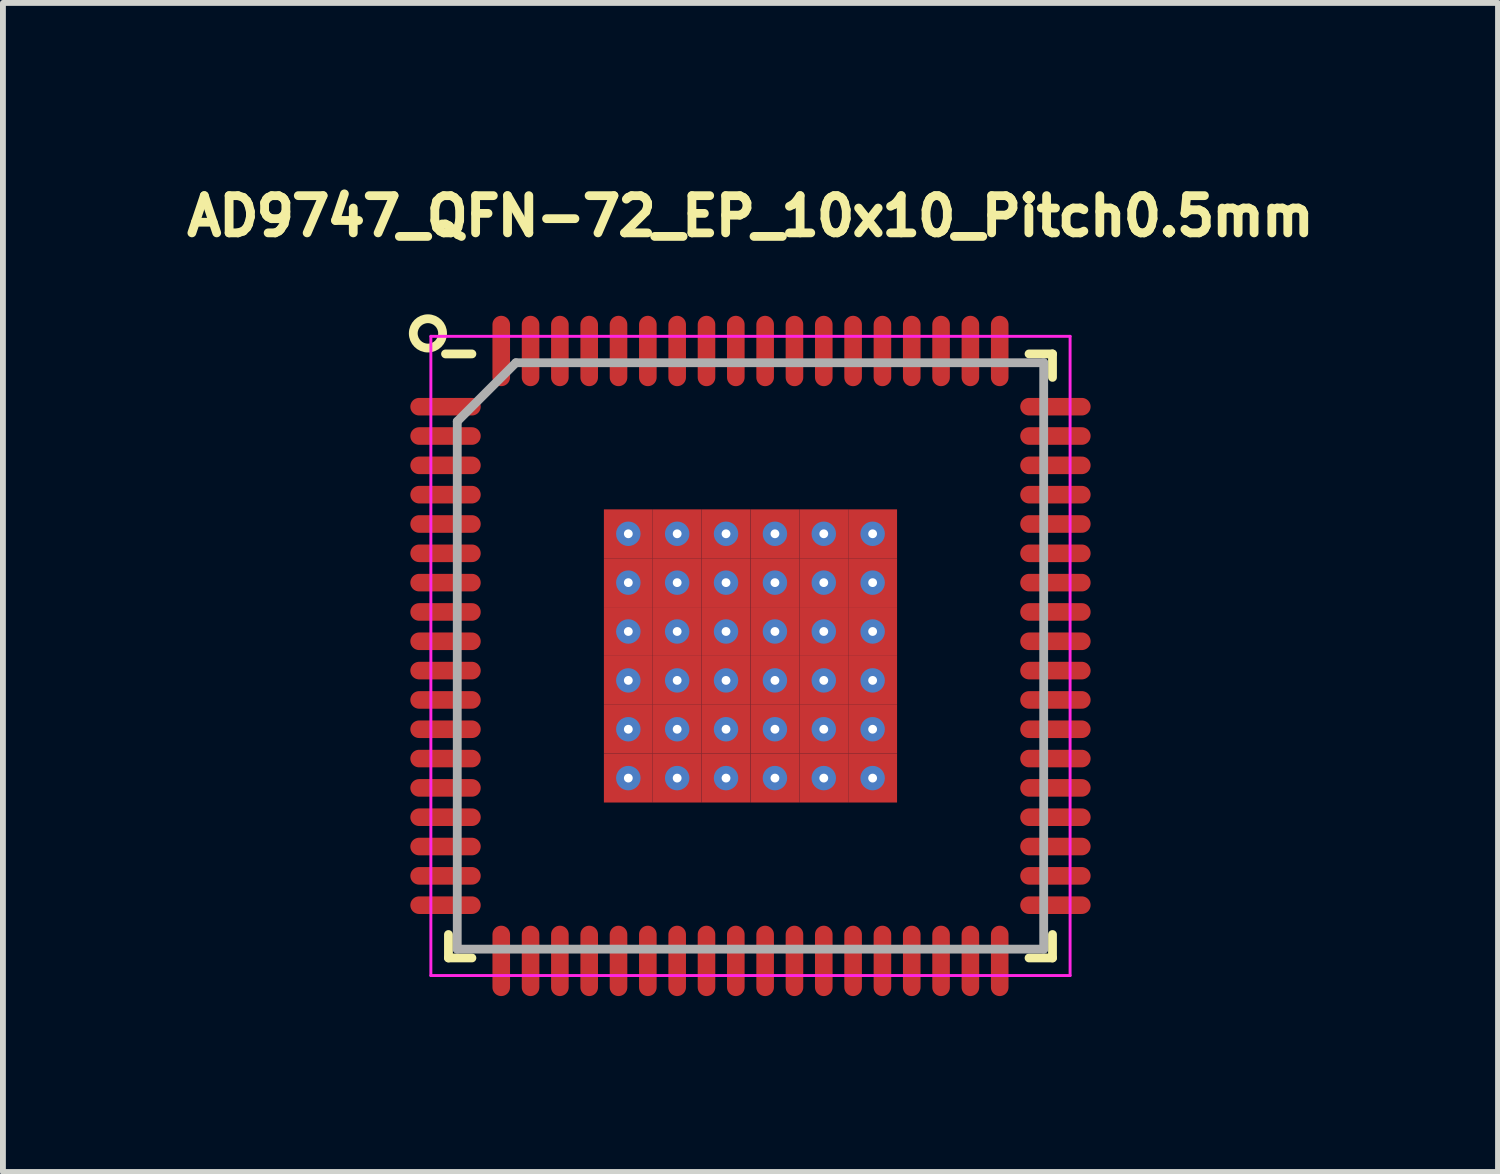
<source format=kicad_pcb>
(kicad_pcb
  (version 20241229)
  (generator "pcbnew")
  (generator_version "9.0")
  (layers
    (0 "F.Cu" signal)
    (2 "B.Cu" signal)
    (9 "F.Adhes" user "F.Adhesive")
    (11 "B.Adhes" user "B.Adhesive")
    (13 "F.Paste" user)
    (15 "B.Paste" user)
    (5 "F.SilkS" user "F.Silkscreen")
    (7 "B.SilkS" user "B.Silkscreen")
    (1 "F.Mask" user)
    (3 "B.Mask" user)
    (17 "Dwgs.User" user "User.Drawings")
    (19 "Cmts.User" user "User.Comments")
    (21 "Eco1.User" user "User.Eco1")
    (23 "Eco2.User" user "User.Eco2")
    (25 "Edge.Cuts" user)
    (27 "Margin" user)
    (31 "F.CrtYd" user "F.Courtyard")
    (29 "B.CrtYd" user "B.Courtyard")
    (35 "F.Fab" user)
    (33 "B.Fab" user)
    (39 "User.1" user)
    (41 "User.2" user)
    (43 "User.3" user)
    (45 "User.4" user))
  (footprint "AD9747_QFN-72_EP_10x10_Pitch0.5mm"
    (layer "F.Cu")
    (at 9.747 8.135)
    (property "Reference" "AD9747_QFN-72_EP_10x10_Pitch0.5mm" (at 0 -7.5 0) (layer "F.SilkS") (effects (font (size 0.635 0.635) (thickness 0.15))))
    (attr smd)
    (fp_line (start -5.15 5.15) (end -5.15 4.75) (stroke (width 0.15) (type solid)) (layer "F.SilkS"))
    (fp_line (start -4.75 -5.15) (end -5.2 -5.15) (stroke (width 0.15) (type solid)) (layer "F.SilkS"))
    (fp_line (start -4.75 5.15) (end -5.15 5.15) (stroke (width 0.15) (type solid)) (layer "F.SilkS"))
    (fp_line (start 4.75 -5.15) (end 5.15 -5.15) (stroke (width 0.15) (type solid)) (layer "F.SilkS"))
    (fp_line (start 4.75 5.15) (end 5.15 5.15) (stroke (width 0.15) (type solid)) (layer "F.SilkS"))
    (fp_line (start 5.15 -5.15) (end 5.15 -4.75) (stroke (width 0.15) (type solid)) (layer "F.SilkS"))
    (fp_line (start 5.15 5.15) (end 5.15 4.75) (stroke (width 0.15) (type solid)) (layer "F.SilkS"))
    (fp_circle (center -5.5 -5.5) (end -5.75 -5.5) (stroke (width 0.15) (type solid)) (fill no) (layer "F.SilkS"))
    (fp_line (start -5.45 -5.45) (end 5.45 -5.45) (stroke (width 0.05) (type solid)) (layer "F.CrtYd"))
    (fp_line (start -5.45 5.45) (end -5.45 -5.45) (stroke (width 0.05) (type solid)) (layer "F.CrtYd"))
    (fp_line (start 5.45 -5.45) (end 5.45 5.45) (stroke (width 0.05) (type solid)) (layer "F.CrtYd"))
    (fp_line (start 5.45 5.45) (end -5.45 5.45) (stroke (width 0.05) (type solid)) (layer "F.CrtYd"))
    (fp_line (start -5 -4) (end -5 5) (stroke (width 0.15) (type solid)) (layer "F.Fab"))
    (fp_line (start -5 5) (end 5 5) (stroke (width 0.15) (type solid)) (layer "F.Fab"))
    (fp_line (start -4 -5) (end -5 -4) (stroke (width 0.15) (type solid)) (layer "F.Fab"))
    (fp_line (start 5 -5) (end -4 -5) (stroke (width 0.15) (type solid)) (layer "F.Fab"))
    (fp_line (start 5 5) (end 5 -5) (stroke (width 0.15) (type solid)) (layer "F.Fab"))
    (pad "1" smd oval (at -5.2 -4.25 90) (size 0.3 1.2) (layers "F.Cu" "F.Mask" "F.Paste"))
    (pad "2" smd oval (at -5.2 -3.75 90) (size 0.3 1.2) (layers "F.Cu" "F.Mask" "F.Paste"))
    (pad "3" smd oval (at -5.2 -3.25 90) (size 0.3 1.2) (layers "F.Cu" "F.Mask" "F.Paste"))
    (pad "4" smd oval (at -5.2 -2.75 90) (size 0.3 1.2) (layers "F.Cu" "F.Mask" "F.Paste"))
    (pad "5" smd oval (at -5.2 -2.25 90) (size 0.3 1.2) (layers "F.Cu" "F.Mask" "F.Paste"))
    (pad "6" smd oval (at -5.2 -1.75 90) (size 0.3 1.2) (layers "F.Cu" "F.Mask" "F.Paste"))
    (pad "7" smd oval (at -5.2 -1.25 90) (size 0.3 1.2) (layers "F.Cu" "F.Mask" "F.Paste"))
    (pad "8" smd oval (at -5.2 -0.75 90) (size 0.3 1.2) (layers "F.Cu" "F.Mask" "F.Paste"))
    (pad "9" smd oval (at -5.2 -0.25 90) (size 0.3 1.2) (layers "F.Cu" "F.Mask" "F.Paste"))
    (pad "10" smd oval (at -5.2 0.25 90) (size 0.3 1.2) (layers "F.Cu" "F.Mask" "F.Paste"))
    (pad "11" smd oval (at -5.2 0.75 90) (size 0.3 1.2) (layers "F.Cu" "F.Mask" "F.Paste"))
    (pad "12" smd oval (at -5.2 1.25 90) (size 0.3 1.2) (layers "F.Cu" "F.Mask" "F.Paste"))
    (pad "13" smd oval (at -5.2 1.75 90) (size 0.3 1.2) (layers "F.Cu" "F.Mask" "F.Paste"))
    (pad "14" smd oval (at -5.2 2.25 90) (size 0.3 1.2) (layers "F.Cu" "F.Mask" "F.Paste"))
    (pad "15" smd oval (at -5.2 2.75 90) (size 0.3 1.2) (layers "F.Cu" "F.Mask" "F.Paste"))
    (pad "16" smd oval (at -5.2 3.25 90) (size 0.3 1.2) (layers "F.Cu" "F.Mask" "F.Paste"))
    (pad "17" smd oval (at -5.2 3.75 90) (size 0.3 1.2) (layers "F.Cu" "F.Mask" "F.Paste"))
    (pad "18" smd oval (at -5.2 4.25 90) (size 0.3 1.2) (layers "F.Cu" "F.Mask" "F.Paste"))
    (pad "19" smd oval (at -4.25 5.2) (size 0.3 1.2) (layers "F.Cu" "F.Mask" "F.Paste"))
    (pad "20" smd oval (at -3.75 5.2) (size 0.3 1.2) (layers "F.Cu" "F.Mask" "F.Paste"))
    (pad "21" smd oval (at -3.25 5.2) (size 0.3 1.2) (layers "F.Cu" "F.Mask" "F.Paste"))
    (pad "22" smd oval (at -2.75 5.2) (size 0.3 1.2) (layers "F.Cu" "F.Mask" "F.Paste"))
    (pad "23" smd oval (at -2.25 5.2) (size 0.3 1.2) (layers "F.Cu" "F.Mask" "F.Paste"))
    (pad "24" smd oval (at -1.75 5.2) (size 0.3 1.2) (layers "F.Cu" "F.Mask" "F.Paste"))
    (pad "25" smd oval (at -1.25 5.2) (size 0.3 1.2) (layers "F.Cu" "F.Mask" "F.Paste"))
    (pad "26" smd oval (at -0.75 5.2) (size 0.3 1.2) (layers "F.Cu" "F.Mask" "F.Paste"))
    (pad "27" smd oval (at -0.25 5.2) (size 0.3 1.2) (layers "F.Cu" "F.Mask" "F.Paste"))
    (pad "28" smd oval (at 0.25 5.2) (size 0.3 1.2) (layers "F.Cu" "F.Mask" "F.Paste"))
    (pad "29" smd oval (at 0.75 5.2) (size 0.3 1.2) (layers "F.Cu" "F.Mask" "F.Paste"))
    (pad "30" smd oval (at 1.25 5.2) (size 0.3 1.2) (layers "F.Cu" "F.Mask" "F.Paste"))
    (pad "31" smd oval (at 1.75 5.2) (size 0.3 1.2) (layers "F.Cu" "F.Mask" "F.Paste"))
    (pad "32" smd oval (at 2.25 5.2) (size 0.3 1.2) (layers "F.Cu" "F.Mask" "F.Paste"))
    (pad "33" smd oval (at 2.75 5.2) (size 0.3 1.2) (layers "F.Cu" "F.Mask" "F.Paste"))
    (pad "34" smd oval (at 3.25 5.2) (size 0.3 1.2) (layers "F.Cu" "F.Mask" "F.Paste"))
    (pad "35" smd oval (at 3.75 5.2) (size 0.3 1.2) (layers "F.Cu" "F.Mask" "F.Paste"))
    (pad "36" smd oval (at 4.25 5.2) (size 0.3 1.2) (layers "F.Cu" "F.Mask" "F.Paste"))
    (pad "37" smd oval (at 5.2 4.25 90) (size 0.3 1.2) (layers "F.Cu" "F.Mask" "F.Paste"))
    (pad "38" smd oval (at 5.2 3.75 90) (size 0.3 1.2) (layers "F.Cu" "F.Mask" "F.Paste"))
    (pad "39" smd oval (at 5.2 3.25 90) (size 0.3 1.2) (layers "F.Cu" "F.Mask" "F.Paste"))
    (pad "40" smd oval (at 5.2 2.75 90) (size 0.3 1.2) (layers "F.Cu" "F.Mask" "F.Paste"))
    (pad "41" smd oval (at 5.2 2.25 90) (size 0.3 1.2) (layers "F.Cu" "F.Mask" "F.Paste"))
    (pad "42" smd oval (at 5.2 1.75 90) (size 0.3 1.2) (layers "F.Cu" "F.Mask" "F.Paste"))
    (pad "43" smd oval (at 5.2 1.25 90) (size 0.3 1.2) (layers "F.Cu" "F.Mask" "F.Paste"))
    (pad "44" smd oval (at 5.2 0.75 90) (size 0.3 1.2) (layers "F.Cu" "F.Mask" "F.Paste"))
    (pad "45" smd oval (at 5.2 0.25 90) (size 0.3 1.2) (layers "F.Cu" "F.Mask" "F.Paste"))
    (pad "46" smd oval (at 5.2 -0.25 90) (size 0.3 1.2) (layers "F.Cu" "F.Mask" "F.Paste"))
    (pad "47" smd oval (at 5.2 -0.75 90) (size 0.3 1.2) (layers "F.Cu" "F.Mask" "F.Paste"))
    (pad "48" smd oval (at 5.2 -1.25 90) (size 0.3 1.2) (layers "F.Cu" "F.Mask" "F.Paste"))
    (pad "49" smd oval (at 5.2 -1.75 90) (size 0.3 1.2) (layers "F.Cu" "F.Mask" "F.Paste"))
    (pad "50" smd oval (at 5.2 -2.25 90) (size 0.3 1.2) (layers "F.Cu" "F.Mask" "F.Paste"))
    (pad "51" smd oval (at 5.2 -2.75 90) (size 0.3 1.2) (layers "F.Cu" "F.Mask" "F.Paste"))
    (pad "52" smd oval (at 5.2 -3.25 90) (size 0.3 1.2) (layers "F.Cu" "F.Mask" "F.Paste"))
    (pad "53" smd oval (at 5.2 -3.75 90) (size 0.3 1.2) (layers "F.Cu" "F.Mask" "F.Paste"))
    (pad "54" smd oval (at 5.2 -4.25 90) (size 0.3 1.2) (layers "F.Cu" "F.Mask" "F.Paste"))
    (pad "55" smd oval (at 4.25 -5.2) (size 0.3 1.2) (layers "F.Cu" "F.Mask" "F.Paste"))
    (pad "56" smd oval (at 3.75 -5.2) (size 0.3 1.2) (layers "F.Cu" "F.Mask" "F.Paste"))
    (pad "57" smd oval (at 3.25 -5.2) (size 0.3 1.2) (layers "F.Cu" "F.Mask" "F.Paste"))
    (pad "58" smd oval (at 2.75 -5.2) (size 0.3 1.2) (layers "F.Cu" "F.Mask" "F.Paste"))
    (pad "59" smd oval (at 2.25 -5.2) (size 0.3 1.2) (layers "F.Cu" "F.Mask" "F.Paste"))
    (pad "60" smd oval (at 1.75 -5.2) (size 0.3 1.2) (layers "F.Cu" "F.Mask" "F.Paste"))
    (pad "61" smd oval (at 1.25 -5.2) (size 0.3 1.2) (layers "F.Cu" "F.Mask" "F.Paste"))
    (pad "62" smd oval (at 0.75 -5.2) (size 0.3 1.2) (layers "F.Cu" "F.Mask" "F.Paste"))
    (pad "63" smd oval (at 0.25 -5.2) (size 0.3 1.2) (layers "F.Cu" "F.Mask" "F.Paste"))
    (pad "64" smd oval (at -0.25 -5.2) (size 0.3 1.2) (layers "F.Cu" "F.Mask" "F.Paste"))
    (pad "65" smd oval (at -0.75 -5.2) (size 0.3 1.2) (layers "F.Cu" "F.Mask" "F.Paste"))
    (pad "66" smd oval (at -1.25 -5.2) (size 0.3 1.2) (layers "F.Cu" "F.Mask" "F.Paste"))
    (pad "67" smd oval (at -1.75 -5.2) (size 0.3 1.2) (layers "F.Cu" "F.Mask" "F.Paste"))
    (pad "68" smd oval (at -2.25 -5.2) (size 0.3 1.2) (layers "F.Cu" "F.Mask" "F.Paste"))
    (pad "69" smd oval (at -2.75 -5.2) (size 0.3 1.2) (layers "F.Cu" "F.Mask" "F.Paste"))
    (pad "70" smd oval (at -3.25 -5.2) (size 0.3 1.2) (layers "F.Cu" "F.Mask" "F.Paste"))
    (pad "71" smd oval (at -3.75 -5.2) (size 0.3 1.2) (layers "F.Cu" "F.Mask" "F.Paste"))
    (pad "72" smd oval (at -4.25 -5.2) (size 0.3 1.2) (layers "F.Cu" "F.Mask" "F.Paste"))
    (pad "73" thru_hole circle (at -2.083 -2.083) (size 0.417 0.417) (drill 0.15) (layers "*.Cu" "*.Mask"))
    (pad "73" smd rect (at -2.083 -2.083) (size 0.833 0.833) (layers "F.Cu" "F.Mask" "F.Paste"))
    (pad "73" thru_hole circle (at -2.083 -1.25) (size 0.417 0.417) (drill 0.15) (layers "*.Cu" "*.Mask"))
    (pad "73" smd rect (at -2.083 -1.25) (size 0.833 0.833) (layers "F.Cu" "F.Mask" "F.Paste"))
    (pad "73" thru_hole circle (at -2.083 -0.417) (size 0.417 0.417) (drill 0.15) (layers "*.Cu" "*.Mask"))
    (pad "73" smd rect (at -2.083 -0.417) (size 0.833 0.833) (layers "F.Cu" "F.Mask" "F.Paste"))
    (pad "73" thru_hole circle (at -2.083 0.417) (size 0.417 0.417) (drill 0.15) (layers "*.Cu" "*.Mask"))
    (pad "73" smd rect (at -2.083 0.417) (size 0.833 0.833) (layers "F.Cu" "F.Mask" "F.Paste"))
    (pad "73" thru_hole circle (at -2.083 1.25) (size 0.417 0.417) (drill 0.15) (layers "*.Cu" "*.Mask"))
    (pad "73" smd rect (at -2.083 1.25) (size 0.833 0.833) (layers "F.Cu" "F.Mask" "F.Paste"))
    (pad "73" thru_hole circle (at -2.083 2.083) (size 0.417 0.417) (drill 0.15) (layers "*.Cu" "*.Mask"))
    (pad "73" smd rect (at -2.083 2.083) (size 0.833 0.833) (layers "F.Cu" "F.Mask" "F.Paste"))
    (pad "73" thru_hole circle (at -1.25 -2.083) (size 0.417 0.417) (drill 0.15) (layers "*.Cu" "*.Mask"))
    (pad "73" smd rect (at -1.25 -2.083) (size 0.833 0.833) (layers "F.Cu" "F.Mask" "F.Paste"))
    (pad "73" thru_hole circle (at -1.25 -1.25) (size 0.417 0.417) (drill 0.15) (layers "*.Cu" "*.Mask"))
    (pad "73" smd rect (at -1.25 -1.25) (size 0.833 0.833) (layers "F.Cu" "F.Mask" "F.Paste"))
    (pad "73" thru_hole circle (at -1.25 -0.417) (size 0.417 0.417) (drill 0.15) (layers "*.Cu" "*.Mask"))
    (pad "73" smd rect (at -1.25 -0.417) (size 0.833 0.833) (layers "F.Cu" "F.Mask" "F.Paste"))
    (pad "73" thru_hole circle (at -1.25 0.417) (size 0.417 0.417) (drill 0.15) (layers "*.Cu" "*.Mask"))
    (pad "73" smd rect (at -1.25 0.417) (size 0.833 0.833) (layers "F.Cu" "F.Mask" "F.Paste"))
    (pad "73" thru_hole circle (at -1.25 1.25) (size 0.417 0.417) (drill 0.15) (layers "*.Cu" "*.Mask"))
    (pad "73" smd rect (at -1.25 1.25) (size 0.833 0.833) (layers "F.Cu" "F.Mask" "F.Paste"))
    (pad "73" thru_hole circle (at -1.25 2.083) (size 0.417 0.417) (drill 0.15) (layers "*.Cu" "*.Mask"))
    (pad "73" smd rect (at -1.25 2.083) (size 0.833 0.833) (layers "F.Cu" "F.Mask" "F.Paste"))
    (pad "73" thru_hole circle (at -0.417 -2.083) (size 0.417 0.417) (drill 0.15) (layers "*.Cu" "*.Mask"))
    (pad "73" smd rect (at -0.417 -2.083) (size 0.833 0.833) (layers "F.Cu" "F.Mask" "F.Paste"))
    (pad "73" thru_hole circle (at -0.417 -1.25) (size 0.417 0.417) (drill 0.15) (layers "*.Cu" "*.Mask"))
    (pad "73" smd rect (at -0.417 -1.25) (size 0.833 0.833) (layers "F.Cu" "F.Mask" "F.Paste"))
    (pad "73" thru_hole circle (at -0.417 -0.417) (size 0.417 0.417) (drill 0.15) (layers "*.Cu" "*.Mask"))
    (pad "73" smd rect (at -0.417 -0.417) (size 0.833 0.833) (layers "F.Cu" "F.Mask" "F.Paste"))
    (pad "73" thru_hole circle (at -0.417 0.417) (size 0.417 0.417) (drill 0.15) (layers "*.Cu" "*.Mask"))
    (pad "73" smd rect (at -0.417 0.417) (size 0.833 0.833) (layers "F.Cu" "F.Mask" "F.Paste"))
    (pad "73" thru_hole circle (at -0.417 1.25) (size 0.417 0.417) (drill 0.15) (layers "*.Cu" "*.Mask"))
    (pad "73" smd rect (at -0.417 1.25) (size 0.833 0.833) (layers "F.Cu" "F.Mask" "F.Paste"))
    (pad "73" thru_hole circle (at -0.417 2.083) (size 0.417 0.417) (drill 0.15) (layers "*.Cu" "*.Mask"))
    (pad "73" smd rect (at -0.417 2.083) (size 0.833 0.833) (layers "F.Cu" "F.Mask" "F.Paste"))
    (pad "73" thru_hole circle (at 0.417 -2.083) (size 0.417 0.417) (drill 0.15) (layers "*.Cu" "*.Mask"))
    (pad "73" smd rect (at 0.417 -2.083) (size 0.833 0.833) (layers "F.Cu" "F.Mask" "F.Paste"))
    (pad "73" thru_hole circle (at 0.417 -1.25) (size 0.417 0.417) (drill 0.15) (layers "*.Cu" "*.Mask"))
    (pad "73" smd rect (at 0.417 -1.25) (size 0.833 0.833) (layers "F.Cu" "F.Mask" "F.Paste"))
    (pad "73" thru_hole circle (at 0.417 -0.417) (size 0.417 0.417) (drill 0.15) (layers "*.Cu" "*.Mask"))
    (pad "73" smd rect (at 0.417 -0.417) (size 0.833 0.833) (layers "F.Cu" "F.Mask" "F.Paste"))
    (pad "73" thru_hole circle (at 0.417 0.417) (size 0.417 0.417) (drill 0.15) (layers "*.Cu" "*.Mask"))
    (pad "73" smd rect (at 0.417 0.417) (size 0.833 0.833) (layers "F.Cu" "F.Mask" "F.Paste"))
    (pad "73" thru_hole circle (at 0.417 1.25) (size 0.417 0.417) (drill 0.15) (layers "*.Cu" "*.Mask"))
    (pad "73" smd rect (at 0.417 1.25) (size 0.833 0.833) (layers "F.Cu" "F.Mask" "F.Paste"))
    (pad "73" thru_hole circle (at 0.417 2.083) (size 0.417 0.417) (drill 0.15) (layers "*.Cu" "*.Mask"))
    (pad "73" smd rect (at 0.417 2.083) (size 0.833 0.833) (layers "F.Cu" "F.Mask" "F.Paste"))
    (pad "73" thru_hole circle (at 1.25 -2.083) (size 0.417 0.417) (drill 0.15) (layers "*.Cu" "*.Mask"))
    (pad "73" smd rect (at 1.25 -2.083) (size 0.833 0.833) (layers "F.Cu" "F.Mask" "F.Paste"))
    (pad "73" thru_hole circle (at 1.25 -1.25) (size 0.417 0.417) (drill 0.15) (layers "*.Cu" "*.Mask"))
    (pad "73" smd rect (at 1.25 -1.25) (size 0.833 0.833) (layers "F.Cu" "F.Mask" "F.Paste"))
    (pad "73" thru_hole circle (at 1.25 -0.417) (size 0.417 0.417) (drill 0.15) (layers "*.Cu" "*.Mask"))
    (pad "73" smd rect (at 1.25 -0.417) (size 0.833 0.833) (layers "F.Cu" "F.Mask" "F.Paste"))
    (pad "73" thru_hole circle (at 1.25 0.417) (size 0.417 0.417) (drill 0.15) (layers "*.Cu" "*.Mask"))
    (pad "73" smd rect (at 1.25 0.417) (size 0.833 0.833) (layers "F.Cu" "F.Mask" "F.Paste"))
    (pad "73" thru_hole circle (at 1.25 1.25) (size 0.417 0.417) (drill 0.15) (layers "*.Cu" "*.Mask"))
    (pad "73" smd rect (at 1.25 1.25) (size 0.833 0.833) (layers "F.Cu" "F.Mask" "F.Paste"))
    (pad "73" thru_hole circle (at 1.25 2.083) (size 0.417 0.417) (drill 0.15) (layers "*.Cu" "*.Mask"))
    (pad "73" smd rect (at 1.25 2.083) (size 0.833 0.833) (layers "F.Cu" "F.Mask" "F.Paste"))
    (pad "73" thru_hole circle (at 2.083 -2.083) (size 0.417 0.417) (drill 0.15) (layers "*.Cu" "*.Mask"))
    (pad "73" smd rect (at 2.083 -2.083) (size 0.833 0.833) (layers "F.Cu" "F.Mask" "F.Paste"))
    (pad "73" thru_hole circle (at 2.083 -1.25) (size 0.417 0.417) (drill 0.15) (layers "*.Cu" "*.Mask"))
    (pad "73" smd rect (at 2.083 -1.25) (size 0.833 0.833) (layers "F.Cu" "F.Mask" "F.Paste"))
    (pad "73" thru_hole circle (at 2.083 -0.417) (size 0.417 0.417) (drill 0.15) (layers "*.Cu" "*.Mask"))
    (pad "73" smd rect (at 2.083 -0.417) (size 0.833 0.833) (layers "F.Cu" "F.Mask" "F.Paste"))
    (pad "73" thru_hole circle (at 2.083 0.417) (size 0.417 0.417) (drill 0.15) (layers "*.Cu" "*.Mask"))
    (pad "73" smd rect (at 2.083 0.417) (size 0.833 0.833) (layers "F.Cu" "F.Mask" "F.Paste"))
    (pad "73" thru_hole circle (at 2.083 1.25) (size 0.417 0.417) (drill 0.15) (layers "*.Cu" "*.Mask"))
    (pad "73" smd rect (at 2.083 1.25) (size 0.833 0.833) (layers "F.Cu" "F.Mask" "F.Paste"))
    (pad "73" thru_hole circle (at 2.083 2.083) (size 0.417 0.417) (drill 0.15) (layers "*.Cu" "*.Mask"))
    (pad "73" smd rect (at 2.083 2.083) (size 0.833 0.833) (layers "F.Cu" "F.Mask" "F.Paste")))
  (gr_rect
    (start -3 -3)
    (end 22.494 16.935)
    (stroke (width 0.1) (type default))
    (fill no)
    (layer "Edge.Cuts")))
</source>
